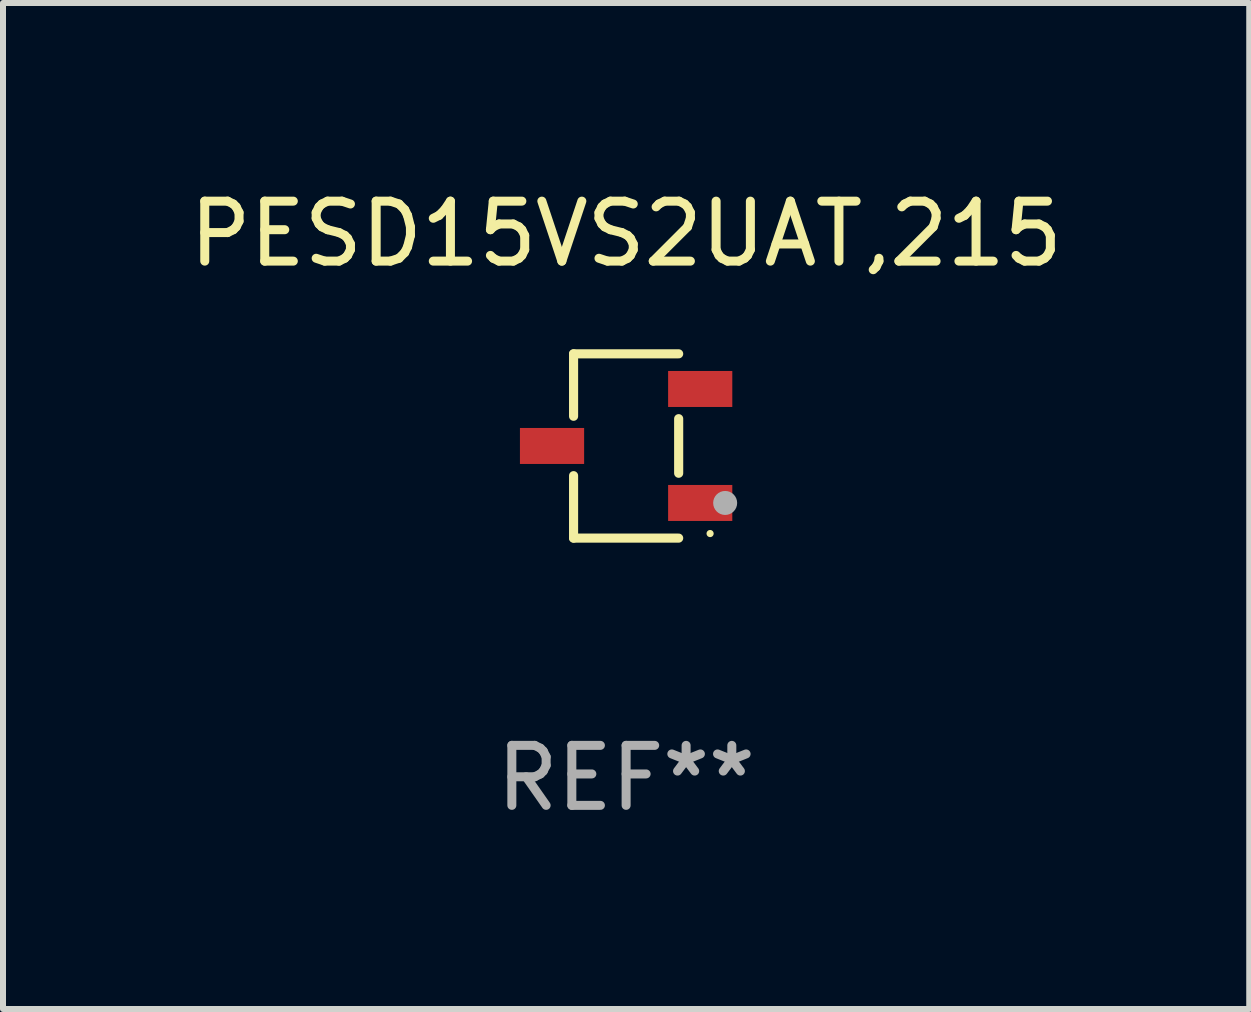
<source format=kicad_pcb>
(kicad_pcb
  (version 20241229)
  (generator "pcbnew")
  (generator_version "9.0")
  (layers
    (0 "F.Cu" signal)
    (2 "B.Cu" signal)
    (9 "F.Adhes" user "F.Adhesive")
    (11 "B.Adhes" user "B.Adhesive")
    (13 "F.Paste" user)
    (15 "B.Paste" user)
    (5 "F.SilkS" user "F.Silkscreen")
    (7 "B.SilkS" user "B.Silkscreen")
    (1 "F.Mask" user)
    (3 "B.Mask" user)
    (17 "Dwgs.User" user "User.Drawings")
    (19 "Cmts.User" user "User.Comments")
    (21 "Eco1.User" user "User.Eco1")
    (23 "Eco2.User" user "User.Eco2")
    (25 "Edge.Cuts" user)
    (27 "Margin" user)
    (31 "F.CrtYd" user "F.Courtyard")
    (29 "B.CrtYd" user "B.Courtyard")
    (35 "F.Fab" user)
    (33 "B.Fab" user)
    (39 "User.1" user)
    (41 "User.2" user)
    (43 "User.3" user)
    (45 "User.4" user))
  (footprint "PESD15VS2UAT,215"
    (layer "F.Cu")
    (at 7.387 4.384)
    (property "Reference" "PESD15VS2UAT,215" (at 0 -3.536 0) (layer "F.SilkS") (effects (font (size 1 1) (thickness 0.15))))
    (attr through_hole)
    (fp_line (start -0.876 -1.536) (end -0.876 -0.495) (stroke (width 0.152) (type solid)) (layer "F.SilkS"))
    (fp_line (start -0.876 1.536) (end -0.876 0.495) (stroke (width 0.152) (type solid)) (layer "F.SilkS"))
    (fp_line (start 0.876 -1.536) (end -0.876 -1.536) (stroke (width 0.152) (type solid)) (layer "F.SilkS"))
    (fp_line (start 0.876 -0.455) (end 0.876 0.455) (stroke (width 0.152) (type solid)) (layer "F.SilkS"))
    (fp_line (start 0.876 1.536) (end -0.876 1.536) (stroke (width 0.152) (type solid)) (layer "F.SilkS"))
    (fp_circle (center 1.4 1.46) (end 1.43 1.46) (stroke (width 0.06) (type solid)) (fill no) (layer "F.SilkS"))
    (fp_circle (center 1.651 0.95) (end 1.751 0.95) (stroke (width 0.2) (type solid)) (fill no) (layer "F.Fab"))
    (fp_text user "REF**" (at 0 5.536 0) (layer "F.Fab") (effects (font (size 1 1) (thickness 0.15))))
    (pad "1" smd rect (at 1.235 0.95) (size 1.07 0.6) (layers "F.Cu" "F.Mask" "F.Paste"))
    (pad "2" smd rect (at 1.235 -0.95) (size 1.07 0.6) (layers "F.Cu" "F.Mask" "F.Paste"))
    (pad "3" smd rect (at -1.235 0) (size 1.07 0.6) (layers "F.Cu" "F.Mask" "F.Paste")))
  (gr_rect
    (start -3 -3)
    (end 17.774 13.769)
    (stroke (width 0.1) (type default))
    (fill no)
    (layer "Edge.Cuts")))
</source>
